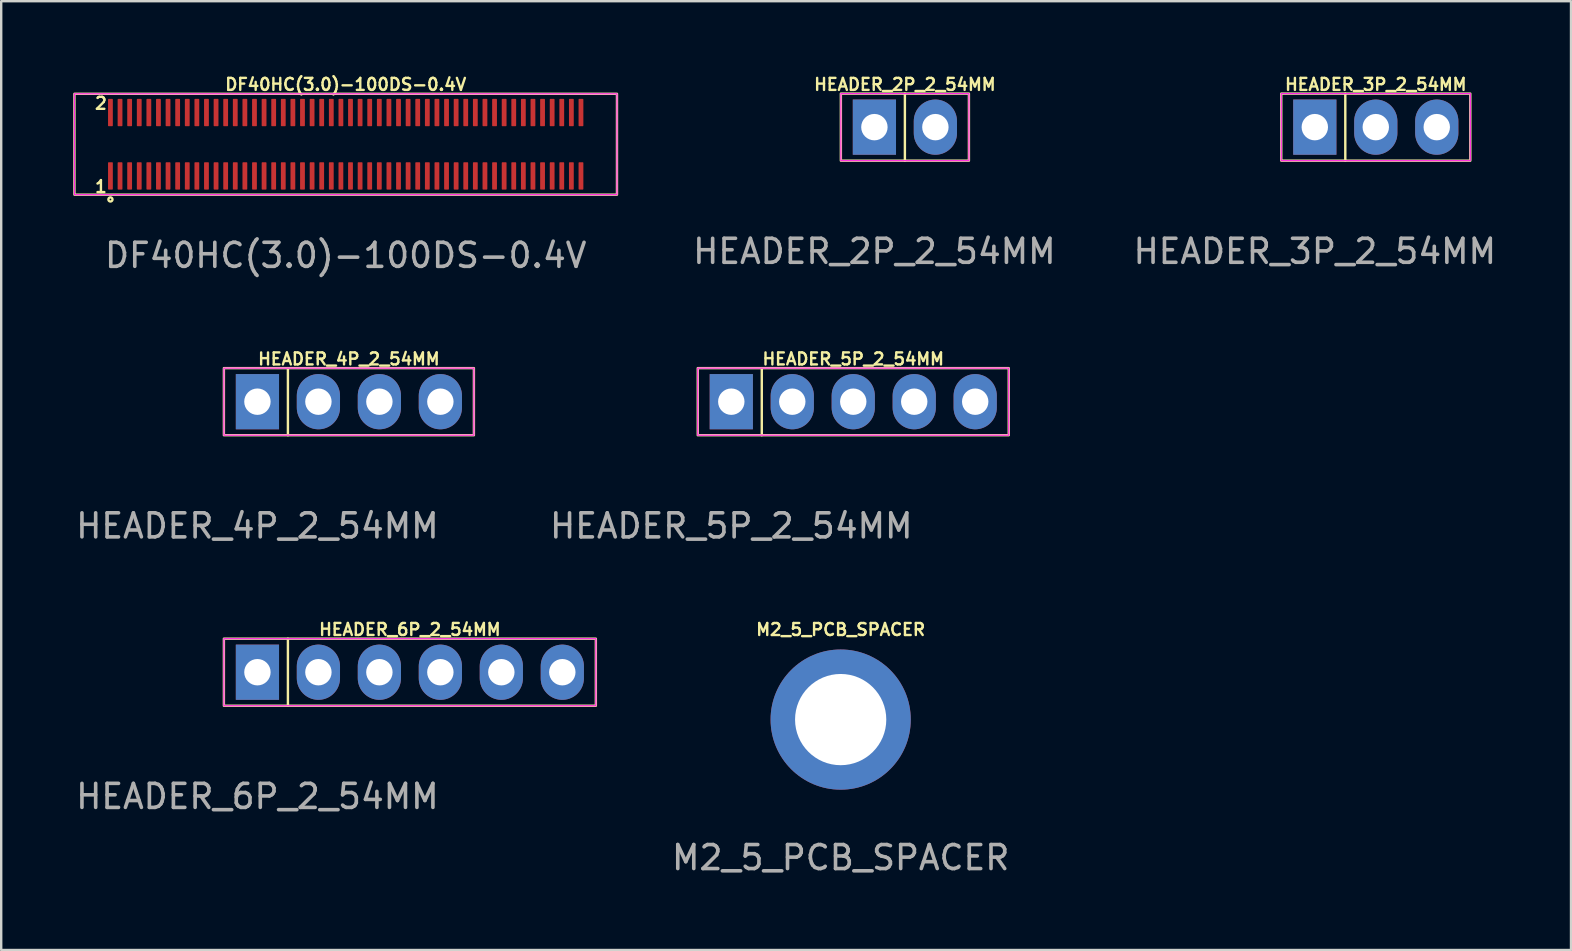
<source format=kicad_pcb>
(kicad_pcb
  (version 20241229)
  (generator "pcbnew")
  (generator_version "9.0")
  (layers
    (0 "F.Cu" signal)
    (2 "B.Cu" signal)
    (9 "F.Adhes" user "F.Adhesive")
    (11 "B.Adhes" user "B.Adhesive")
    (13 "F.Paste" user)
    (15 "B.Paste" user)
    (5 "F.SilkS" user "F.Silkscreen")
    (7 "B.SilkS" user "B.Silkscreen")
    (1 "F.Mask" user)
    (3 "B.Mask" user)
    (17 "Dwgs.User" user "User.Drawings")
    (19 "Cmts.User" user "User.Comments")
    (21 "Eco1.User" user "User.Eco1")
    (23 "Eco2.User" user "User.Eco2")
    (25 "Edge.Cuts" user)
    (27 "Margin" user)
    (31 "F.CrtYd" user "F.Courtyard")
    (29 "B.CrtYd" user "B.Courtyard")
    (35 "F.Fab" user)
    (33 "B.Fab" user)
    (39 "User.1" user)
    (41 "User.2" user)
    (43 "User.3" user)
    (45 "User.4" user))
  (footprint "HEADER_2P_2_54MM"
    (layer "F.Cu")
    (at 34.643 2.246)
    (property "Reference" "HEADER_2P_2_54MM" (at 0 -1.778 0) (unlocked yes) (layer "F.SilkS") (effects (font (size 0.5 0.5) (thickness 0.1))))
    (attr smd)
    (fp_line (start 0 -1.397) (end 0 1.397) (stroke (width 0.1) (type default)) (layer "F.SilkS"))
    (fp_rect (start -2.667 -1.397) (end 2.667 1.397) (stroke (width 0.1) (type default)) (fill no) (layer "F.SilkS"))
    (fp_rect (start -2.667 -1.397) (end 2.667 1.397) (stroke (width 0.05) (type default)) (fill no) (layer "F.CrtYd"))
    (fp_text user "${REFERENCE}" (at -1.27 5.175 0) (unlocked yes) (layer "F.Fab") (effects (font (size 1 1) (thickness 0.15))))
    (pad "1" thru_hole rect (at -1.27 0) (size 1.8 2.3) (drill 1.1) (layers "*.Cu" "*.Mask"))
    (pad "2" thru_hole oval (at 1.27 0) (size 1.8 2.3) (drill 1.1) (layers "*.Cu" "*.Mask")))
  (footprint "HEADER_5P_2_54MM"
    (layer "F.Cu")
    (at 32.492 13.682)
    (property "Reference" "HEADER_5P_2_54MM" (at 0 -1.778 0) (unlocked yes) (layer "F.SilkS") (effects (font (size 0.5 0.5) (thickness 0.1))))
    (attr smd)
    (fp_line (start -3.81 -1.397) (end -3.81 1.397) (stroke (width 0.1) (type default)) (layer "F.SilkS"))
    (fp_rect (start -6.477 -1.397) (end 6.477 1.397) (stroke (width 0.1) (type default)) (fill no) (layer "F.SilkS"))
    (fp_rect (start -6.477 -1.397) (end 6.477 1.397) (stroke (width 0.05) (type default)) (fill no) (layer "F.CrtYd"))
    (fp_text user "${REFERENCE}" (at -5.08 5.175 0) (unlocked yes) (layer "F.Fab") (effects (font (size 1 1) (thickness 0.15))))
    (pad "1" thru_hole rect (at -5.08 0) (size 1.8 2.3) (drill 1.1) (layers "*.Cu" "*.Mask"))
    (pad "2" thru_hole oval (at -2.54 0) (size 1.8 2.3) (drill 1.1) (layers "*.Cu" "*.Mask"))
    (pad "3" thru_hole oval (at 0 0) (size 1.8 2.3) (drill 1.1) (layers "*.Cu" "*.Mask"))
    (pad "4" thru_hole oval (at 2.54 0) (size 1.8 2.3) (drill 1.1) (layers "*.Cu" "*.Mask"))
    (pad "5" thru_hole oval (at 5.08 0) (size 1.8 2.3) (drill 1.1) (layers "*.Cu" "*.Mask")))
  (footprint "HEADER_3P_2_54MM"
    (layer "F.Cu")
    (at 54.258 2.246)
    (property "Reference" "HEADER_3P_2_54MM" (at 0 -1.778 0) (unlocked yes) (layer "F.SilkS") (effects (font (size 0.5 0.5) (thickness 0.1))))
    (attr smd)
    (fp_line (start -1.27 -1.397) (end -1.27 1.397) (stroke (width 0.1) (type default)) (layer "F.SilkS"))
    (fp_rect (start -3.937 -1.397) (end 3.937 1.397) (stroke (width 0.1) (type default)) (fill no) (layer "F.SilkS"))
    (fp_rect (start -3.937 -1.397) (end 3.937 1.397) (stroke (width 0.05) (type default)) (fill no) (layer "F.CrtYd"))
    (fp_text user "${REFERENCE}" (at -2.54 5.175 0) (unlocked yes) (layer "F.Fab") (effects (font (size 1 1) (thickness 0.15))))
    (pad "1" thru_hole rect (at -2.54 0) (size 1.8 2.3) (drill 1.1) (layers "*.Cu" "*.Mask"))
    (pad "2" thru_hole oval (at 0 0) (size 1.8 2.3) (drill 1.1) (layers "*.Cu" "*.Mask"))
    (pad "3" thru_hole oval (at 2.54 0) (size 1.8 2.3) (drill 1.1) (layers "*.Cu" "*.Mask")))
  (footprint "DF40HC(3.0)-100DS-0.4V"
    (layer "F.Cu")
    (at 11.35 2.958)
    (property "Reference" "DF40HC(3.0)-100DS-0.4V" (at 0 -2.49 0) (unlocked yes) (layer "F.SilkS") (effects (font (size 0.5 0.5) (thickness 0.1))))
    (attr smd)
    (fp_rect (start -11.3 -2.1) (end 11.3 2.1) (stroke (width 0.1) (type solid)) (fill no) (layer "F.SilkS"))
    (fp_circle (center -9.8 2.3) (end -9.73 2.35) (stroke (width 0.1) (type default)) (fill no) (layer "F.SilkS"))
    (fp_rect (start -11.3 -2.1) (end 11.3 2.1) (stroke (width 0.05) (type default)) (fill no) (layer "F.CrtYd"))
    (fp_text user "2" (at -10.5 -1.41 0) (unlocked yes) (layer "F.SilkS") (effects (font (size 0.5 0.5) (thickness 0.1)) (justify left bottom)))
    (fp_text user "1" (at -10.5 2.06 0) (unlocked yes) (layer "F.SilkS") (effects (font (size 0.5 0.5) (thickness 0.1)) (justify left bottom)))
    (fp_text user "${REFERENCE}" (at 0 4.63 0) (unlocked yes) (layer "F.Fab") (effects (font (size 1 1) (thickness 0.15))))
    (pad "1" smd roundrect (at -9.8 1.32) (size 0.2 1.14) (layers "F.Cu" "F.Mask" "F.Paste") (roundrect_rratio 0.15))
    (pad "2" smd roundrect (at -9.8 -1.32) (size 0.2 1.14) (layers "F.Cu" "F.Mask" "F.Paste") (roundrect_rratio 0.15))
    (pad "3" smd roundrect (at -9.4 1.32) (size 0.2 1.14) (layers "F.Cu" "F.Mask" "F.Paste") (roundrect_rratio 0.15))
    (pad "4" smd roundrect (at -9.4 -1.32) (size 0.2 1.14) (layers "F.Cu" "F.Mask" "F.Paste") (roundrect_rratio 0.15))
    (pad "5" smd roundrect (at -9 1.32) (size 0.2 1.14) (layers "F.Cu" "F.Mask" "F.Paste") (roundrect_rratio 0.15))
    (pad "6" smd roundrect (at -9 -1.32) (size 0.2 1.14) (layers "F.Cu" "F.Mask" "F.Paste") (roundrect_rratio 0.15))
    (pad "7" smd roundrect (at -8.6 1.32) (size 0.2 1.14) (layers "F.Cu" "F.Mask" "F.Paste") (roundrect_rratio 0.15))
    (pad "8" smd roundrect (at -8.6 -1.32) (size 0.2 1.14) (layers "F.Cu" "F.Mask" "F.Paste") (roundrect_rratio 0.15))
    (pad "9" smd roundrect (at -8.2 1.32) (size 0.2 1.14) (layers "F.Cu" "F.Mask" "F.Paste") (roundrect_rratio 0.15))
    (pad "10" smd roundrect (at -8.2 -1.32) (size 0.2 1.14) (layers "F.Cu" "F.Mask" "F.Paste") (roundrect_rratio 0.15))
    (pad "11" smd roundrect (at -7.8 1.32) (size 0.2 1.14) (layers "F.Cu" "F.Mask" "F.Paste") (roundrect_rratio 0.15))
    (pad "12" smd roundrect (at -7.8 -1.32) (size 0.2 1.14) (layers "F.Cu" "F.Mask" "F.Paste") (roundrect_rratio 0.15))
    (pad "13" smd roundrect (at -7.4 1.32) (size 0.2 1.14) (layers "F.Cu" "F.Mask" "F.Paste") (roundrect_rratio 0.15))
    (pad "14" smd roundrect (at -7.4 -1.32) (size 0.2 1.14) (layers "F.Cu" "F.Mask" "F.Paste") (roundrect_rratio 0.15))
    (pad "15" smd roundrect (at -7 1.32) (size 0.2 1.14) (layers "F.Cu" "F.Mask" "F.Paste") (roundrect_rratio 0.15))
    (pad "16" smd roundrect (at -7 -1.32) (size 0.2 1.14) (layers "F.Cu" "F.Mask" "F.Paste") (roundrect_rratio 0.15))
    (pad "17" smd roundrect (at -6.6 1.32) (size 0.2 1.14) (layers "F.Cu" "F.Mask" "F.Paste") (roundrect_rratio 0.15))
    (pad "18" smd roundrect (at -6.6 -1.32) (size 0.2 1.14) (layers "F.Cu" "F.Mask" "F.Paste") (roundrect_rratio 0.15))
    (pad "19" smd roundrect (at -6.2 1.32) (size 0.2 1.14) (layers "F.Cu" "F.Mask" "F.Paste") (roundrect_rratio 0.15))
    (pad "20" smd roundrect (at -6.2 -1.32) (size 0.2 1.14) (layers "F.Cu" "F.Mask" "F.Paste") (roundrect_rratio 0.15))
    (pad "21" smd roundrect (at -5.8 1.32) (size 0.2 1.14) (layers "F.Cu" "F.Mask" "F.Paste") (roundrect_rratio 0.15))
    (pad "22" smd roundrect (at -5.8 -1.32) (size 0.2 1.14) (layers "F.Cu" "F.Mask" "F.Paste") (roundrect_rratio 0.15))
    (pad "23" smd roundrect (at -5.4 1.32) (size 0.2 1.14) (layers "F.Cu" "F.Mask" "F.Paste") (roundrect_rratio 0.15))
    (pad "24" smd roundrect (at -5.4 -1.32) (size 0.2 1.14) (layers "F.Cu" "F.Mask" "F.Paste") (roundrect_rratio 0.15))
    (pad "25" smd roundrect (at -5 1.32) (size 0.2 1.14) (layers "F.Cu" "F.Mask" "F.Paste") (roundrect_rratio 0.15))
    (pad "26" smd roundrect (at -5 -1.32) (size 0.2 1.14) (layers "F.Cu" "F.Mask" "F.Paste") (roundrect_rratio 0.15))
    (pad "27" smd roundrect (at -4.6 1.32) (size 0.2 1.14) (layers "F.Cu" "F.Mask" "F.Paste") (roundrect_rratio 0.15))
    (pad "28" smd roundrect (at -4.6 -1.32) (size 0.2 1.14) (layers "F.Cu" "F.Mask" "F.Paste") (roundrect_rratio 0.15))
    (pad "29" smd roundrect (at -4.2 1.32) (size 0.2 1.14) (layers "F.Cu" "F.Mask" "F.Paste") (roundrect_rratio 0.15))
    (pad "30" smd roundrect (at -4.2 -1.32) (size 0.2 1.14) (layers "F.Cu" "F.Mask" "F.Paste") (roundrect_rratio 0.15))
    (pad "31" smd roundrect (at -3.8 1.32) (size 0.2 1.14) (layers "F.Cu" "F.Mask" "F.Paste") (roundrect_rratio 0.15))
    (pad "32" smd roundrect (at -3.8 -1.32) (size 0.2 1.14) (layers "F.Cu" "F.Mask" "F.Paste") (roundrect_rratio 0.15))
    (pad "33" smd roundrect (at -3.4 1.32) (size 0.2 1.14) (layers "F.Cu" "F.Mask" "F.Paste") (roundrect_rratio 0.15))
    (pad "34" smd roundrect (at -3.4 -1.32) (size 0.2 1.14) (layers "F.Cu" "F.Mask" "F.Paste") (roundrect_rratio 0.15))
    (pad "35" smd roundrect (at -3 1.32) (size 0.2 1.14) (layers "F.Cu" "F.Mask" "F.Paste") (roundrect_rratio 0.15))
    (pad "36" smd roundrect (at -3 -1.32) (size 0.2 1.14) (layers "F.Cu" "F.Mask" "F.Paste") (roundrect_rratio 0.15))
    (pad "37" smd roundrect (at -2.6 1.32) (size 0.2 1.14) (layers "F.Cu" "F.Mask" "F.Paste") (roundrect_rratio 0.15))
    (pad "38" smd roundrect (at -2.6 -1.32) (size 0.2 1.14) (layers "F.Cu" "F.Mask" "F.Paste") (roundrect_rratio 0.15))
    (pad "39" smd roundrect (at -2.2 1.32) (size 0.2 1.14) (layers "F.Cu" "F.Mask" "F.Paste") (roundrect_rratio 0.15))
    (pad "40" smd roundrect (at -2.2 -1.32) (size 0.2 1.14) (layers "F.Cu" "F.Mask" "F.Paste") (roundrect_rratio 0.15))
    (pad "41" smd roundrect (at -1.8 1.32) (size 0.2 1.14) (layers "F.Cu" "F.Mask" "F.Paste") (roundrect_rratio 0.15))
    (pad "42" smd roundrect (at -1.8 -1.32) (size 0.2 1.14) (layers "F.Cu" "F.Mask" "F.Paste") (roundrect_rratio 0.15))
    (pad "43" smd roundrect (at -1.4 1.32) (size 0.2 1.14) (layers "F.Cu" "F.Mask" "F.Paste") (roundrect_rratio 0.15))
    (pad "44" smd roundrect (at -1.4 -1.32) (size 0.2 1.14) (layers "F.Cu" "F.Mask" "F.Paste") (roundrect_rratio 0.15))
    (pad "45" smd roundrect (at -1 1.32) (size 0.2 1.14) (layers "F.Cu" "F.Mask" "F.Paste") (roundrect_rratio 0.15))
    (pad "46" smd roundrect (at -1 -1.32) (size 0.2 1.14) (layers "F.Cu" "F.Mask" "F.Paste") (roundrect_rratio 0.15))
    (pad "47" smd roundrect (at -0.6 1.32) (size 0.2 1.14) (layers "F.Cu" "F.Mask" "F.Paste") (roundrect_rratio 0.15))
    (pad "48" smd roundrect (at -0.6 -1.32) (size 0.2 1.14) (layers "F.Cu" "F.Mask" "F.Paste") (roundrect_rratio 0.15))
    (pad "49" smd roundrect (at -0.2 1.32) (size 0.2 1.14) (layers "F.Cu" "F.Mask" "F.Paste") (roundrect_rratio 0.15))
    (pad "50" smd roundrect (at -0.2 -1.32) (size 0.2 1.14) (layers "F.Cu" "F.Mask" "F.Paste") (roundrect_rratio 0.15))
    (pad "51" smd roundrect (at 0.2 1.32) (size 0.2 1.14) (layers "F.Cu" "F.Mask" "F.Paste") (roundrect_rratio 0.15))
    (pad "52" smd roundrect (at 0.2 -1.32) (size 0.2 1.14) (layers "F.Cu" "F.Mask" "F.Paste") (roundrect_rratio 0.15))
    (pad "53" smd roundrect (at 0.6 1.32) (size 0.2 1.14) (layers "F.Cu" "F.Mask" "F.Paste") (roundrect_rratio 0.15))
    (pad "54" smd roundrect (at 0.6 -1.32) (size 0.2 1.14) (layers "F.Cu" "F.Mask" "F.Paste") (roundrect_rratio 0.15))
    (pad "55" smd roundrect (at 1 1.32) (size 0.2 1.14) (layers "F.Cu" "F.Mask" "F.Paste") (roundrect_rratio 0.15))
    (pad "56" smd roundrect (at 1 -1.32) (size 0.2 1.14) (layers "F.Cu" "F.Mask" "F.Paste") (roundrect_rratio 0.15))
    (pad "57" smd roundrect (at 1.4 1.32) (size 0.2 1.14) (layers "F.Cu" "F.Mask" "F.Paste") (roundrect_rratio 0.15))
    (pad "58" smd roundrect (at 1.4 -1.32) (size 0.2 1.14) (layers "F.Cu" "F.Mask" "F.Paste") (roundrect_rratio 0.15))
    (pad "59" smd roundrect (at 1.8 1.32) (size 0.2 1.14) (layers "F.Cu" "F.Mask" "F.Paste") (roundrect_rratio 0.15))
    (pad "60" smd roundrect (at 1.8 -1.32) (size 0.2 1.14) (layers "F.Cu" "F.Mask" "F.Paste") (roundrect_rratio 0.15))
    (pad "61" smd roundrect (at 2.2 1.32) (size 0.2 1.14) (layers "F.Cu" "F.Mask" "F.Paste") (roundrect_rratio 0.15))
    (pad "62" smd roundrect (at 2.2 -1.32) (size 0.2 1.14) (layers "F.Cu" "F.Mask" "F.Paste") (roundrect_rratio 0.15))
    (pad "63" smd roundrect (at 2.6 1.32) (size 0.2 1.14) (layers "F.Cu" "F.Mask" "F.Paste") (roundrect_rratio 0.15))
    (pad "64" smd roundrect (at 2.6 -1.32) (size 0.2 1.14) (layers "F.Cu" "F.Mask" "F.Paste") (roundrect_rratio 0.15))
    (pad "65" smd roundrect (at 3 1.32) (size 0.2 1.14) (layers "F.Cu" "F.Mask" "F.Paste") (roundrect_rratio 0.15))
    (pad "66" smd roundrect (at 3 -1.32) (size 0.2 1.14) (layers "F.Cu" "F.Mask" "F.Paste") (roundrect_rratio 0.15))
    (pad "67" smd roundrect (at 3.4 1.32) (size 0.2 1.14) (layers "F.Cu" "F.Mask" "F.Paste") (roundrect_rratio 0.15))
    (pad "68" smd roundrect (at 3.4 -1.32) (size 0.2 1.14) (layers "F.Cu" "F.Mask" "F.Paste") (roundrect_rratio 0.15))
    (pad "69" smd roundrect (at 3.8 1.32) (size 0.2 1.14) (layers "F.Cu" "F.Mask" "F.Paste") (roundrect_rratio 0.15))
    (pad "70" smd roundrect (at 3.8 -1.32) (size 0.2 1.14) (layers "F.Cu" "F.Mask" "F.Paste") (roundrect_rratio 0.15))
    (pad "71" smd roundrect (at 4.2 1.32) (size 0.2 1.14) (layers "F.Cu" "F.Mask" "F.Paste") (roundrect_rratio 0.15))
    (pad "72" smd roundrect (at 4.2 -1.32) (size 0.2 1.14) (layers "F.Cu" "F.Mask" "F.Paste") (roundrect_rratio 0.15))
    (pad "73" smd roundrect (at 4.6 1.32) (size 0.2 1.14) (layers "F.Cu" "F.Mask" "F.Paste") (roundrect_rratio 0.15))
    (pad "74" smd roundrect (at 4.6 -1.32) (size 0.2 1.14) (layers "F.Cu" "F.Mask" "F.Paste") (roundrect_rratio 0.15))
    (pad "75" smd roundrect (at 5 1.32) (size 0.2 1.14) (layers "F.Cu" "F.Mask" "F.Paste") (roundrect_rratio 0.15))
    (pad "76" smd roundrect (at 5 -1.32) (size 0.2 1.14) (layers "F.Cu" "F.Mask" "F.Paste") (roundrect_rratio 0.15))
    (pad "77" smd roundrect (at 5.4 1.32) (size 0.2 1.14) (layers "F.Cu" "F.Mask" "F.Paste") (roundrect_rratio 0.15))
    (pad "78" smd roundrect (at 5.4 -1.32) (size 0.2 1.14) (layers "F.Cu" "F.Mask" "F.Paste") (roundrect_rratio 0.15))
    (pad "79" smd roundrect (at 5.8 1.32) (size 0.2 1.14) (layers "F.Cu" "F.Mask" "F.Paste") (roundrect_rratio 0.15))
    (pad "80" smd roundrect (at 5.8 -1.32) (size 0.2 1.14) (layers "F.Cu" "F.Mask" "F.Paste") (roundrect_rratio 0.15))
    (pad "81" smd roundrect (at 6.2 1.32) (size 0.2 1.14) (layers "F.Cu" "F.Mask" "F.Paste") (roundrect_rratio 0.15))
    (pad "82" smd roundrect (at 6.2 -1.32) (size 0.2 1.14) (layers "F.Cu" "F.Mask" "F.Paste") (roundrect_rratio 0.15))
    (pad "83" smd roundrect (at 6.6 1.32) (size 0.2 1.14) (layers "F.Cu" "F.Mask" "F.Paste") (roundrect_rratio 0.15))
    (pad "84" smd roundrect (at 6.6 -1.32) (size 0.2 1.14) (layers "F.Cu" "F.Mask" "F.Paste") (roundrect_rratio 0.15))
    (pad "85" smd roundrect (at 7 1.32) (size 0.2 1.14) (layers "F.Cu" "F.Mask" "F.Paste") (roundrect_rratio 0.15))
    (pad "86" smd roundrect (at 7 -1.32) (size 0.2 1.14) (layers "F.Cu" "F.Mask" "F.Paste") (roundrect_rratio 0.15))
    (pad "87" smd roundrect (at 7.4 1.32) (size 0.2 1.14) (layers "F.Cu" "F.Mask" "F.Paste") (roundrect_rratio 0.15))
    (pad "88" smd roundrect (at 7.4 -1.32) (size 0.2 1.14) (layers "F.Cu" "F.Mask" "F.Paste") (roundrect_rratio 0.15))
    (pad "89" smd roundrect (at 7.8 1.32) (size 0.2 1.14) (layers "F.Cu" "F.Mask" "F.Paste") (roundrect_rratio 0.15))
    (pad "90" smd roundrect (at 7.8 -1.32) (size 0.2 1.14) (layers "F.Cu" "F.Mask" "F.Paste") (roundrect_rratio 0.15))
    (pad "91" smd roundrect (at 8.2 1.32) (size 0.2 1.14) (layers "F.Cu" "F.Mask" "F.Paste") (roundrect_rratio 0.15))
    (pad "92" smd roundrect (at 8.2 -1.32) (size 0.2 1.14) (layers "F.Cu" "F.Mask" "F.Paste") (roundrect_rratio 0.15))
    (pad "93" smd roundrect (at 8.6 1.32) (size 0.2 1.14) (layers "F.Cu" "F.Mask" "F.Paste") (roundrect_rratio 0.15))
    (pad "94" smd roundrect (at 8.6 -1.32) (size 0.2 1.14) (layers "F.Cu" "F.Mask" "F.Paste") (roundrect_rratio 0.15))
    (pad "95" smd roundrect (at 9 1.32) (size 0.2 1.14) (layers "F.Cu" "F.Mask" "F.Paste") (roundrect_rratio 0.15))
    (pad "96" smd roundrect (at 9 -1.32) (size 0.2 1.14) (layers "F.Cu" "F.Mask" "F.Paste") (roundrect_rratio 0.15))
    (pad "97" smd roundrect (at 9.4 1.32) (size 0.2 1.14) (layers "F.Cu" "F.Mask" "F.Paste") (roundrect_rratio 0.15))
    (pad "98" smd roundrect (at 9.4 -1.32) (size 0.2 1.14) (layers "F.Cu" "F.Mask" "F.Paste") (roundrect_rratio 0.15))
    (pad "99" smd roundrect (at 9.8 1.32) (size 0.2 1.14) (layers "F.Cu" "F.Mask" "F.Paste") (roundrect_rratio 0.15))
    (pad "100" smd roundrect (at 9.8 -1.32) (size 0.2 1.14) (layers "F.Cu" "F.Mask" "F.Paste") (roundrect_rratio 0.15)))
  (footprint "M2_5_PCB_SPACER"
    (layer "F.Cu")
    (at 31.968 26.924)
    (property "Reference" "M2_5_PCB_SPACER" (at 0 -3.75 0) (unlocked yes) (layer "F.SilkS") (effects (font (size 0.5 0.5) (thickness 0.1))))
    (attr smd)
    (fp_text user "${REFERENCE}" (at 0 5.75 0) (unlocked yes) (layer "F.Fab") (effects (font (size 1 1) (thickness 0.15))))
    (pad "1" thru_hole circle (at 0 0) (size 5.84 5.84) (drill 3.8) (layers "*.Cu" "*.Mask" "F.Paste")))
  (footprint "HEADER_6P_2_54MM"
    (layer "F.Cu")
    (at 14.023 24.951)
    (property "Reference" "HEADER_6P_2_54MM" (at 0 -1.778 0) (unlocked yes) (layer "F.SilkS") (effects (font (size 0.5 0.5) (thickness 0.1))))
    (attr smd)
    (fp_line (start -5.08 -1.397) (end -5.08 1.397) (stroke (width 0.1) (type default)) (layer "F.SilkS"))
    (fp_rect (start -7.747 -1.397) (end 7.747 1.397) (stroke (width 0.1) (type default)) (fill no) (layer "F.SilkS"))
    (fp_rect (start -7.747 -1.397) (end 7.747 1.397) (stroke (width 0.05) (type default)) (fill no) (layer "F.CrtYd"))
    (fp_text user "${REFERENCE}" (at -6.35 5.175 0) (unlocked yes) (layer "F.Fab") (effects (font (size 1 1) (thickness 0.15))))
    (pad "1" thru_hole rect (at -6.35 0) (size 1.8 2.3) (drill 1.1) (layers "*.Cu" "*.Mask"))
    (pad "2" thru_hole oval (at -3.81 0) (size 1.8 2.3) (drill 1.1) (layers "*.Cu" "*.Mask"))
    (pad "3" thru_hole oval (at -1.27 0) (size 1.8 2.3) (drill 1.1) (layers "*.Cu" "*.Mask"))
    (pad "4" thru_hole oval (at 1.27 0) (size 1.8 2.3) (drill 1.1) (layers "*.Cu" "*.Mask"))
    (pad "5" thru_hole oval (at 3.81 0) (size 1.8 2.3) (drill 1.1) (layers "*.Cu" "*.Mask"))
    (pad "6" thru_hole oval (at 6.35 0) (size 1.8 2.3) (drill 1.1) (layers "*.Cu" "*.Mask")))
  (footprint "HEADER_4P_2_54MM"
    (layer "F.Cu")
    (at 11.483 13.682)
    (property "Reference" "HEADER_4P_2_54MM" (at 0 -1.778 0) (unlocked yes) (layer "F.SilkS") (effects (font (size 0.5 0.5) (thickness 0.1))))
    (attr smd)
    (fp_line (start -2.54 -1.397) (end -2.54 1.397) (stroke (width 0.1) (type default)) (layer "F.SilkS"))
    (fp_rect (start -5.207 -1.397) (end 5.207 1.397) (stroke (width 0.1) (type default)) (fill no) (layer "F.SilkS"))
    (fp_rect (start -5.207 -1.397) (end 5.207 1.397) (stroke (width 0.05) (type default)) (fill no) (layer "F.CrtYd"))
    (fp_text user "${REFERENCE}" (at -3.81 5.175 0) (unlocked yes) (layer "F.Fab") (effects (font (size 1 1) (thickness 0.15))))
    (pad "1" thru_hole rect (at -3.81 0) (size 1.8 2.3) (drill 1.1) (layers "*.Cu" "*.Mask"))
    (pad "2" thru_hole oval (at -1.27 0) (size 1.8 2.3) (drill 1.1) (layers "*.Cu" "*.Mask"))
    (pad "3" thru_hole oval (at 1.27 0) (size 1.8 2.3) (drill 1.1) (layers "*.Cu" "*.Mask"))
    (pad "4" thru_hole oval (at 3.81 0) (size 1.8 2.3) (drill 1.1) (layers "*.Cu" "*.Mask")))
  (gr_rect
    (start -3 -3)
    (end 62.39 36.522)
    (stroke (width 0.1) (type default))
    (fill no)
    (layer "Edge.Cuts")))
</source>
